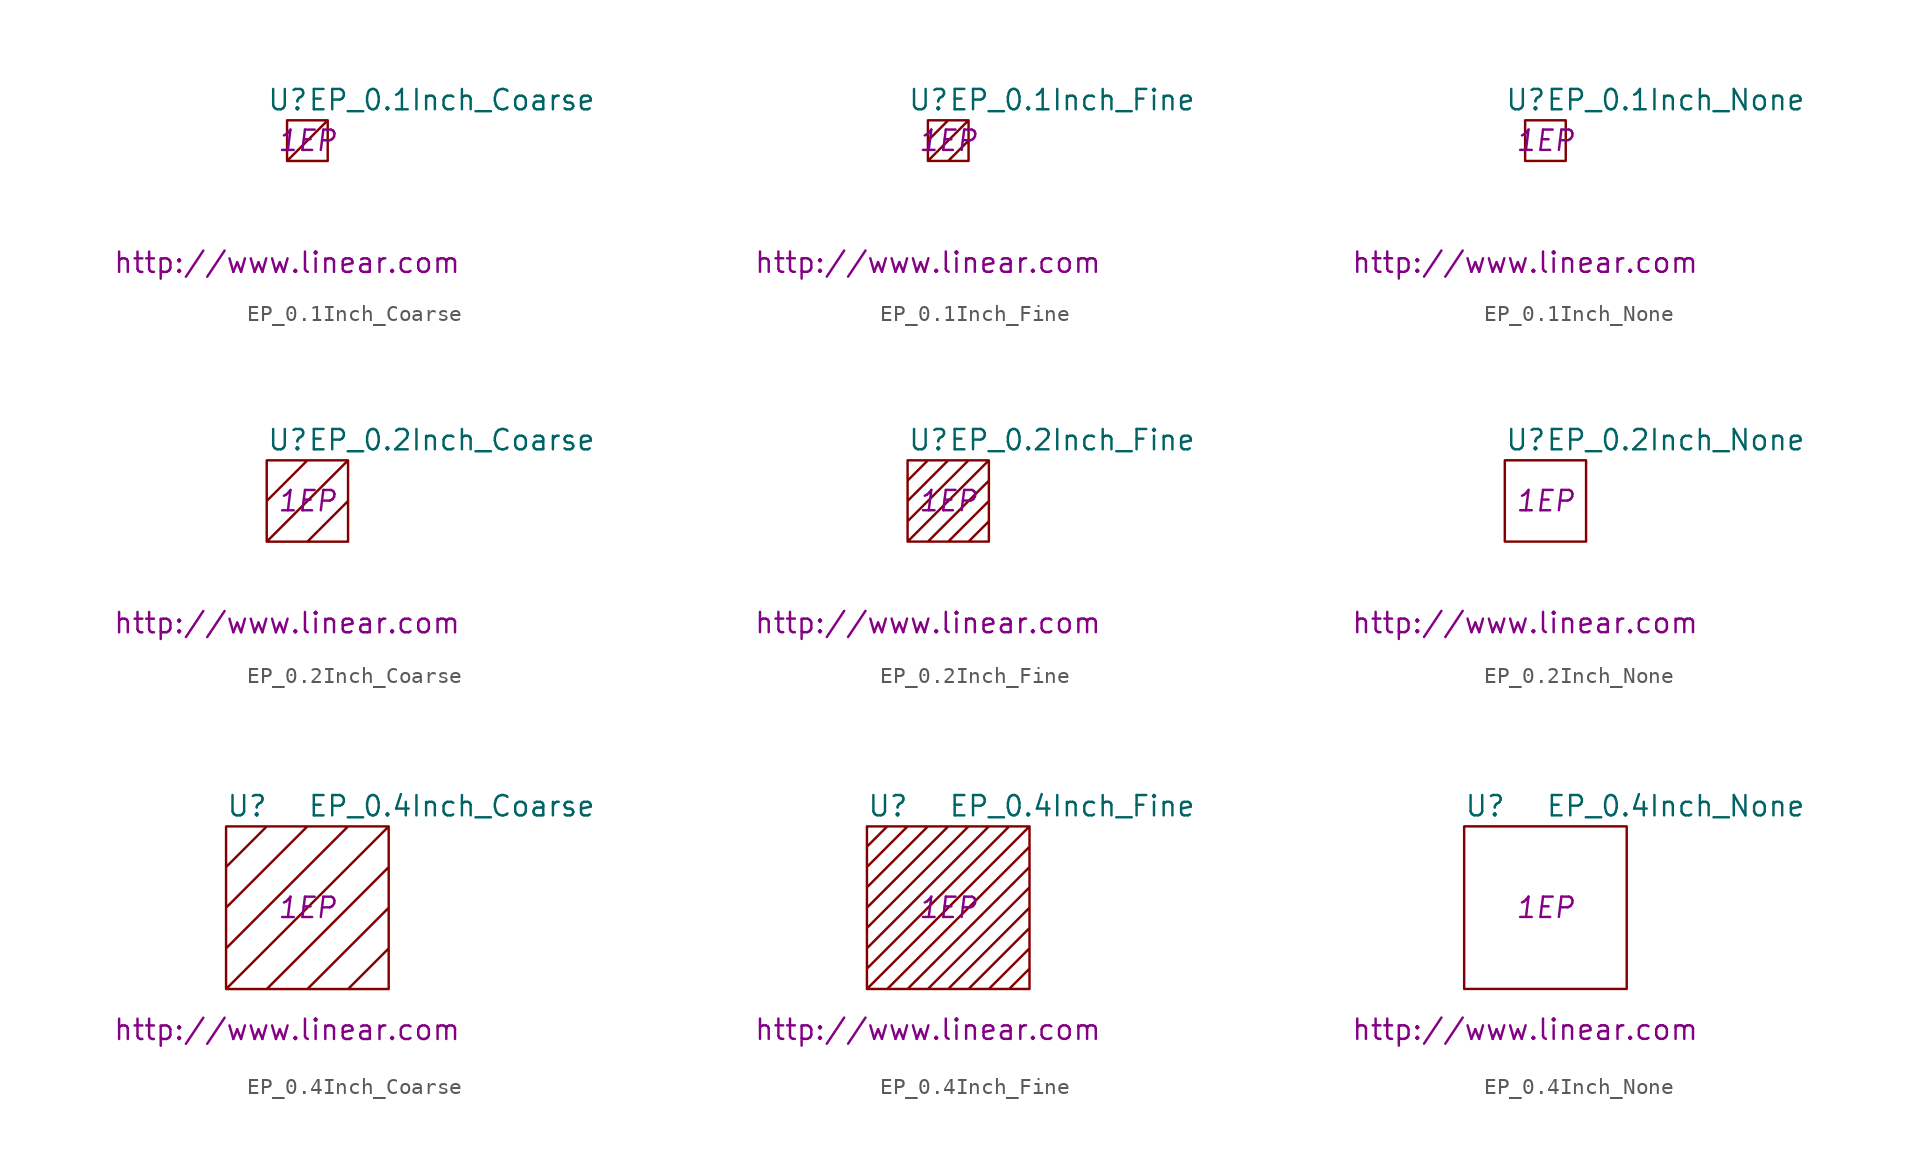
<source format=kicad_sym>
(kicad_symbol_lib
  (version 20201005)
  (generator kicad_symbol_editor)
  (symbol "EP_0.1Inch_Coarse"
    (pin_names
      (offset 1.016))
    (property "Reference" "U"
      (at -2.54 2.54 0)
      (effects (font (size 1.27 1.27)) (justify left)))
    (property "Value" "EP_0.1Inch_Coarse"
      (at 0 2.54 0)
      (effects (font (size 1.27 1.27)) (justify left)))
    (property "Footprint" "1EP"
      (at 0 0 0)
      (effects (font (size 1.27 1.27) italic)))
    (property "Datasheet" "http://www.linear.com"
      (at -1.27 -7.62 0)
      (effects (font (size 1.27 1.27))))
    (symbol "EP_0.1Inch_Coarse_0_1"
      (polyline (pts (xy -1.27 -1.27) (xy 1.27 1.27) (xy 1.27 -1.27) (xy -1.27 -1.27) (xy -1.27 1.27) (xy 1.27 1.27)) (stroke (width 0)) (fill (type none)))))
  (symbol "EP_0.1Inch_Fine"
    (pin_names
      (offset 1.016))
    (property "Reference" "U"
      (at -2.54 2.54 0)
      (effects (font (size 1.27 1.27)) (justify left)))
    (property "Value" "EP_0.1Inch_Fine"
      (at 0 2.54 0)
      (effects (font (size 1.27 1.27)) (justify left)))
    (property "Footprint" "1EP"
      (at 0 0 0)
      (effects (font (size 1.27 1.27) italic)))
    (property "Datasheet" "http://www.linear.com"
      (at -1.27 -7.62 0)
      (effects (font (size 1.27 1.27))))
    (symbol "EP_0.1Inch_Fine_0_1"
      (polyline (pts (xy -1.27 0) (xy 0 1.27) (xy 1.27 1.27) (xy -1.27 -1.27) (xy 0 -1.27) (xy 1.27 0) (xy 1.27 -1.27) (xy -1.27 -1.27) (xy -1.27 1.27) (xy 1.27 1.27) (xy 1.27 -1.27)) (stroke (width 0)) (fill (type none)))))
  (symbol "EP_0.1Inch_None"
    (pin_names
      (offset 1.016))
    (property "Reference" "U"
      (at -2.54 2.54 0)
      (effects (font (size 1.27 1.27)) (justify left)))
    (property "Value" "EP_0.1Inch_None"
      (at 0 2.54 0)
      (effects (font (size 1.27 1.27)) (justify left)))
    (property "Footprint" "1EP"
      (at 0 0 0)
      (effects (font (size 1.27 1.27) italic)))
    (property "Datasheet" "http://www.linear.com"
      (at -1.27 -7.62 0)
      (effects (font (size 1.27 1.27))))
    (symbol "EP_0.1Inch_None_0_1"
      (polyline (pts (xy -1.27 1.27) (xy 1.27 1.27) (xy 1.27 -1.27) (xy -1.27 -1.27) (xy -1.27 1.27)) (stroke (width 0)) (fill (type none)))))
  (symbol "EP_0.2Inch_Coarse"
    (pin_names
      (offset 1.016))
    (property "Reference" "U"
      (at -2.54 3.81 0)
      (effects (font (size 1.27 1.27)) (justify left)))
    (property "Value" "EP_0.2Inch_Coarse"
      (at 0 3.81 0)
      (effects (font (size 1.27 1.27)) (justify left)))
    (property "Footprint" "1EP"
      (at 0 0 0)
      (effects (font (size 1.27 1.27) italic)))
    (property "Datasheet" "http://www.linear.com"
      (at -1.27 -7.62 0)
      (effects (font (size 1.27 1.27))))
    (symbol "EP_0.2Inch_Coarse_0_1"
      (polyline (pts (xy -2.54 0) (xy 0 2.54) (xy 2.54 2.54) (xy -2.54 -2.54) (xy 0 -2.54) (xy 2.54 0) (xy 2.54 -2.54) (xy -2.54 -2.54) (xy -2.54 2.54) (xy 2.54 2.54) (xy 2.54 -2.54)) (stroke (width 0)) (fill (type none)))))
  (symbol "EP_0.2Inch_Fine"
    (pin_names
      (offset 1.016))
    (property "Reference" "U"
      (at -2.54 3.81 0)
      (effects (font (size 1.27 1.27)) (justify left)))
    (property "Value" "EP_0.2Inch_Fine"
      (at 0 3.81 0)
      (effects (font (size 1.27 1.27)) (justify left)))
    (property "Footprint" "1EP"
      (at 0 0 0)
      (effects (font (size 1.27 1.27) italic)))
    (property "Datasheet" "http://www.linear.com"
      (at -1.27 -7.62 0)
      (effects (font (size 1.27 1.27))))
    (symbol "EP_0.2Inch_Fine_0_1"
      (polyline (pts (xy -2.54 1.27) (xy -1.27 2.54) (xy 0 2.54) (xy -2.54 0) (xy -2.54 -1.27) (xy 1.27 2.54) (xy 2.54 2.54) (xy -2.54 -2.54) (xy -1.27 -2.54) (xy 2.54 1.27) (xy 2.54 0) (xy 0 -2.54) (xy 1.27 -2.54) (xy 2.54 -1.27) (xy 2.54 -2.54) (xy -2.54 -2.54) (xy -2.54 2.54) (xy 2.54 2.54) (xy 2.54 -2.54)) (stroke (width 0)) (fill (type none)))))
  (symbol "EP_0.2Inch_None"
    (pin_names
      (offset 1.016))
    (property "Reference" "U"
      (at -2.54 3.81 0)
      (effects (font (size 1.27 1.27)) (justify left)))
    (property "Value" "EP_0.2Inch_None"
      (at 0 3.81 0)
      (effects (font (size 1.27 1.27)) (justify left)))
    (property "Footprint" "1EP"
      (at 0 0 0)
      (effects (font (size 1.27 1.27) italic)))
    (property "Datasheet" "http://www.linear.com"
      (at -1.27 -7.62 0)
      (effects (font (size 1.27 1.27))))
    (symbol "EP_0.2Inch_None_0_1"
      (rectangle (start -2.54 -2.54) (end 2.54 2.54) (stroke (width 0)) (fill (type none)))))
  (symbol "EP_0.4Inch_Coarse"
    (pin_names
      (offset 1.016))
    (property "Reference" "U"
      (at -5.08 6.35 0)
      (effects (font (size 1.27 1.27)) (justify left)))
    (property "Value" "EP_0.4Inch_Coarse"
      (at 0 6.35 0)
      (effects (font (size 1.27 1.27)) (justify left)))
    (property "Footprint" "1EP"
      (at 0 0 0)
      (effects (font (size 1.27 1.27) italic)))
    (property "Datasheet" "http://www.linear.com"
      (at -1.27 -7.62 0)
      (effects (font (size 1.27 1.27))))
    (symbol "EP_0.4Inch_Coarse_0_1"
      (polyline (pts (xy -5.08 2.54) (xy -2.54 5.08) (xy 0 5.08) (xy -5.08 0) (xy -5.08 -2.54) (xy 2.54 5.08) (xy 5.08 5.08) (xy -5.08 -5.08) (xy -2.54 -5.08) (xy 5.08 2.54) (xy 5.08 0) (xy 0 -5.08) (xy 2.54 -5.08) (xy 5.08 -2.54) (xy 5.08 -5.08) (xy -5.08 -5.08) (xy -5.08 5.08) (xy 5.08 5.08) (xy 5.08 -5.08)) (stroke (width 0)) (fill (type none)))))
  (symbol "EP_0.4Inch_Fine"
    (pin_names
      (offset 1.016))
    (property "Reference" "U"
      (at -5.08 6.35 0)
      (effects (font (size 1.27 1.27)) (justify left)))
    (property "Value" "EP_0.4Inch_Fine"
      (at 0 6.35 0)
      (effects (font (size 1.27 1.27)) (justify left)))
    (property "Footprint" "1EP"
      (at 0 0 0)
      (effects (font (size 1.27 1.27) italic)))
    (property "Datasheet" "http://www.linear.com"
      (at -1.27 -7.62 0)
      (effects (font (size 1.27 1.27))))
    (symbol "EP_0.4Inch_Fine_0_1"
      (polyline (pts (xy -5.08 3.81) (xy -3.81 5.08) (xy -2.54 5.08) (xy -5.08 2.54) (xy -5.08 1.27) (xy -1.27 5.08) (xy 0 5.08) (xy -5.08 0) (xy -5.08 -1.27) (xy 1.27 5.08) (xy 2.54 5.08) (xy -5.08 -2.54) (xy -5.08 -3.81) (xy 3.81 5.08) (xy 5.08 5.08) (xy -5.08 -5.08) (xy -3.81 -5.08) (xy 5.08 3.81) (xy 5.08 2.54) (xy -2.54 -5.08) (xy -1.27 -5.08) (xy 5.08 1.27) (xy 5.08 0) (xy 0 -5.08) (xy 1.27 -5.08) (xy 5.08 -1.27) (xy 5.08 -2.54) (xy 2.54 -5.08) (xy 3.81 -5.08) (xy 5.08 -3.81) (xy 5.08 -5.08) (xy -5.08 -5.08) (xy -5.08 5.08) (xy 5.08 5.08) (xy 5.08 -5.08)) (stroke (width 0)) (fill (type none)))))
  (symbol "EP_0.4Inch_None"
    (pin_names
      (offset 1.016))
    (property "Reference" "U"
      (at -5.08 6.35 0)
      (effects (font (size 1.27 1.27)) (justify left)))
    (property "Value" "EP_0.4Inch_None"
      (at 0 6.35 0)
      (effects (font (size 1.27 1.27)) (justify left)))
    (property "Footprint" "1EP"
      (at 0 0 0)
      (effects (font (size 1.27 1.27) italic)))
    (property "Datasheet" "http://www.linear.com"
      (at -1.27 -7.62 0)
      (effects (font (size 1.27 1.27))))
    (symbol "EP_0.4Inch_None_0_1"
      (rectangle (start -5.08 -5.08) (end 5.08 5.08) (stroke (width 0)) (fill (type none))))))
</source>
